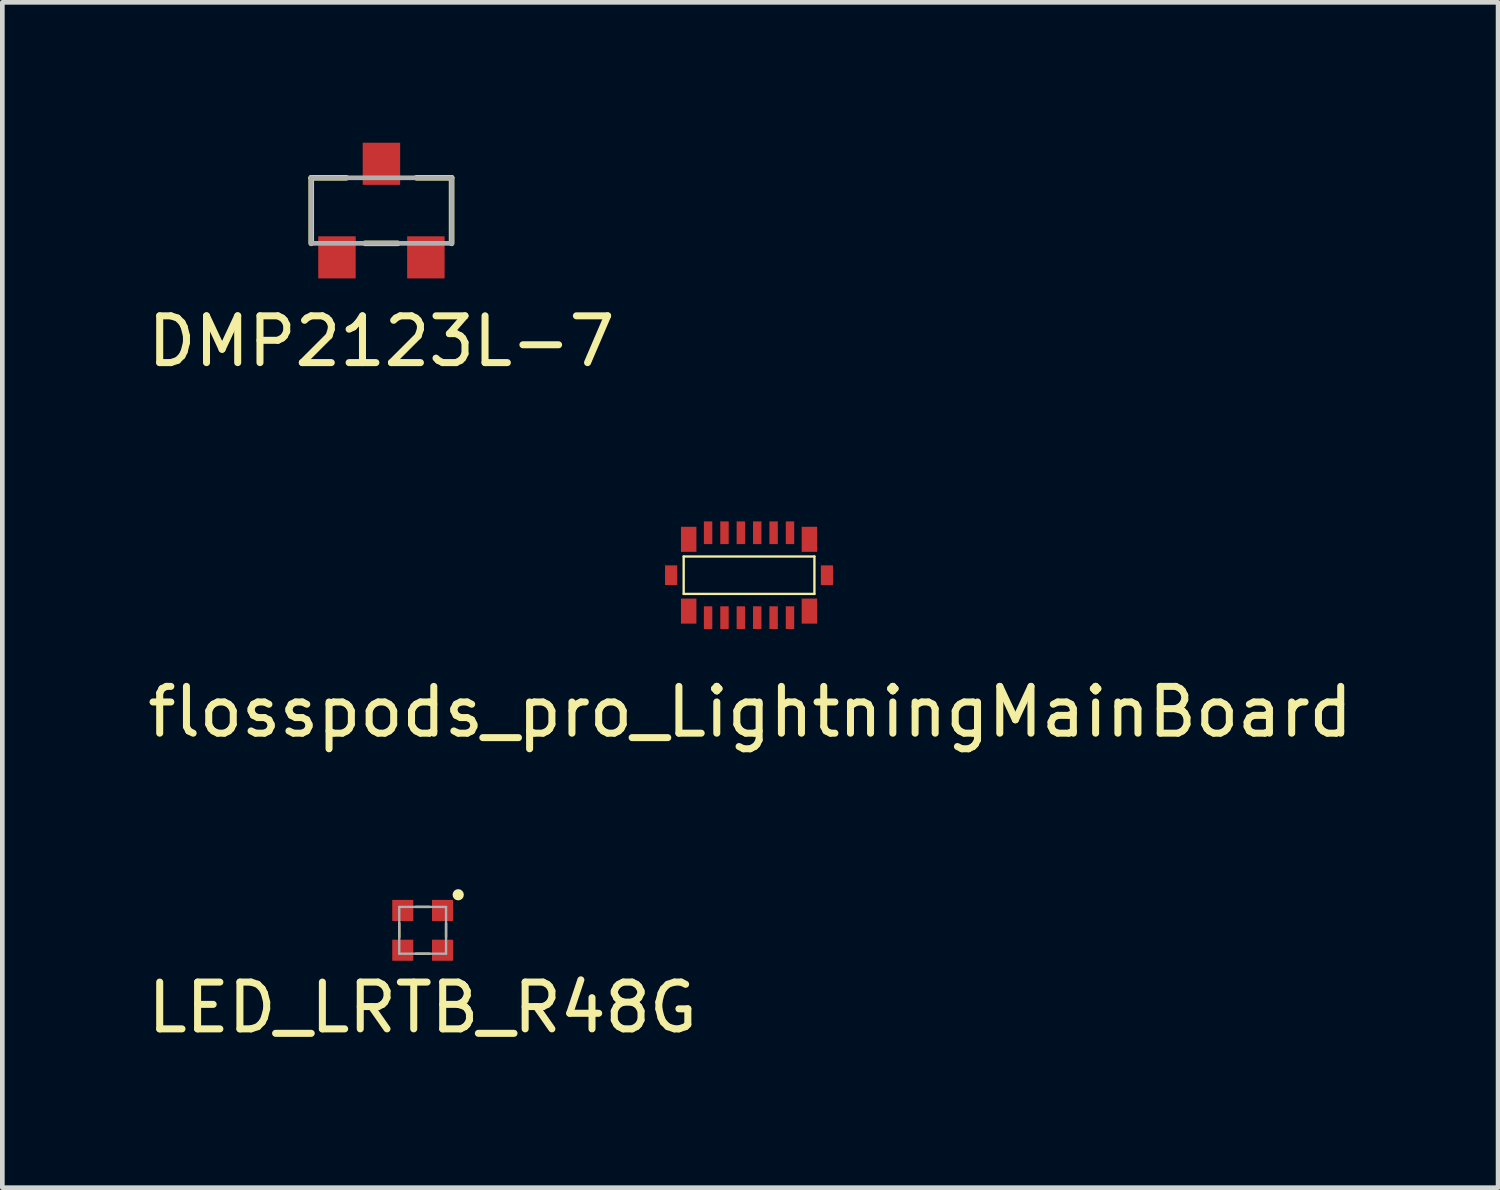
<source format=kicad_pcb>
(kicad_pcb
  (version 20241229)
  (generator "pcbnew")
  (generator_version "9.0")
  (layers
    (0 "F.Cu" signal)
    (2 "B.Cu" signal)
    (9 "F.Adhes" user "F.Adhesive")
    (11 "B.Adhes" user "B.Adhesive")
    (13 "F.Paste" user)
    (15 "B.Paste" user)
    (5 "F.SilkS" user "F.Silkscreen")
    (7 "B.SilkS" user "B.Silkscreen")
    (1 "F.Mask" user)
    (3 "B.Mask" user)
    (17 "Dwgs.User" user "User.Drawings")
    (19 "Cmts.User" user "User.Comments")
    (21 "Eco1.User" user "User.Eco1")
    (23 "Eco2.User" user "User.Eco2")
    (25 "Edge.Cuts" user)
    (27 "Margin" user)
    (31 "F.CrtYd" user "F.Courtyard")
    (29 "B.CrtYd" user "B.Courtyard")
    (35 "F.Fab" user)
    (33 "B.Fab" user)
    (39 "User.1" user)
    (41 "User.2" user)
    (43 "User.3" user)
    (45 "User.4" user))
  (footprint "LED_LRTB_R48G"
    (layer "F.Cu")
    (at 5.982 16.831)
    (property "Reference" "LED_LRTB_R48G" (at 0 1.651 0) (layer "F.SilkS") (effects (font (size 1 1) (thickness 0.15))))
    (attr smd)
    (fp_line (start -0.5 0.15) (end -0.5 -0.15) (stroke (width 0.05) (type solid)) (layer "F.SilkS"))
    (fp_line (start 0.15 -0.5) (end -0.15 -0.5) (stroke (width 0.05) (type solid)) (layer "F.SilkS"))
    (fp_line (start 0.15 0.5) (end -0.15 0.5) (stroke (width 0.05) (type solid)) (layer "F.SilkS"))
    (fp_line (start 0.5 0.15) (end 0.5 -0.15) (stroke (width 0.05) (type solid)) (layer "F.SilkS"))
    (fp_circle (center 0.76 -0.76) (end 0.76 -0.76) (stroke (width 0.12) (type solid)) (fill no) (layer "F.SilkS"))
    (fp_line (start -0.5 -0.5) (end 0.5 -0.5) (stroke (width 0.05) (type solid)) (layer "F.Fab"))
    (fp_line (start -0.5 0.5) (end -0.5 -0.5) (stroke (width 0.05) (type solid)) (layer "F.Fab"))
    (fp_line (start -0.5 0.5) (end 0.5 0.5) (stroke (width 0.05) (type solid)) (layer "F.Fab"))
    (fp_line (start 0.5 0.5) (end 0.5 -0.5) (stroke (width 0.05) (type solid)) (layer "F.Fab"))
    (pad "1" smd rect (at 0.425 -0.425) (size 0.45 0.45) (layers "F.Cu" "F.Mask" "F.Paste"))
    (pad "2" smd rect (at 0.425 0.425) (size 0.45 0.45) (layers "F.Cu" "F.Mask" "F.Paste"))
    (pad "3" smd rect (at -0.425 0.425) (size 0.45 0.45) (layers "F.Cu" "F.Mask" "F.Paste"))
    (pad "4" smd rect (at -0.425 -0.425) (size 0.45 0.45) (layers "F.Cu" "F.Mask" "F.Paste")))
  (footprint "DMP2123L-7"
    (layer "F.Cu")
    (at 5.101 1.45)
    (property "Reference" "DMP2123L-7" (at 0 2.794 0) (layer "F.SilkS") (effects (font (size 1 1) (thickness 0.15))))
    (attr smd)
    (fp_line (start -1.5 -0.7) (end -0.75 -0.7) (stroke (width 0.12) (type solid)) (layer "F.SilkS"))
    (fp_line (start -1.5 0.7) (end -1.5 -0.7) (stroke (width 0.12) (type solid)) (layer "F.SilkS"))
    (fp_line (start -0.35 0.7) (end 0.35 0.7) (stroke (width 0.12) (type solid)) (layer "F.SilkS"))
    (fp_line (start 0.75 -0.7) (end 1.5 -0.7) (stroke (width 0.12) (type solid)) (layer "F.SilkS"))
    (fp_line (start 1.5 0.7) (end 1.5 -0.7) (stroke (width 0.12) (type solid)) (layer "F.SilkS"))
    (fp_line (start -1.5 -0.7) (end 1.5 -0.7) (stroke (width 0.1) (type solid)) (layer "F.Fab"))
    (fp_line (start -1.5 0.7) (end -1.5 -0.7) (stroke (width 0.1) (type solid)) (layer "F.Fab"))
    (fp_line (start -1.5 0.7) (end 1.5 0.7) (stroke (width 0.1) (type solid)) (layer "F.Fab"))
    (fp_line (start 1.5 0.7) (end 1.5 -0.7) (stroke (width 0.1) (type solid)) (layer "F.Fab"))
    (pad "1" smd rect (at -0.95 1) (size 0.8 0.9) (layers "F.Cu" "F.Mask" "F.Paste"))
    (pad "2" smd rect (at 0 -1) (size 0.8 0.9) (layers "F.Cu" "F.Mask" "F.Paste"))
    (pad "3" smd rect (at 0.95 1) (size 0.8 0.9) (layers "F.Cu" "F.Mask" "F.Paste")))
  (footprint "flosspods_pro_LightningMainBoard"
    (layer "F.Cu")
    (at 12.957 9.242)
    (property "Reference" "flosspods_pro_LightningMainBoard" (at 0.025 2.921 0) (layer "F.SilkS") (effects (font (size 1 1) (thickness 0.15))))
    (attr smd)
    (fp_line (start -1.397 0.4) (end -1.397 -0.4) (stroke (width 0.05) (type solid)) (layer "F.SilkS"))
    (fp_line (start 1.397 -0.4) (end -1.397 -0.4) (stroke (width 0.05) (type solid)) (layer "F.SilkS"))
    (fp_line (start 1.397 0.4) (end -1.397 0.4) (stroke (width 0.05) (type solid)) (layer "F.SilkS"))
    (fp_line (start 1.397 0.4) (end 1.397 -0.4) (stroke (width 0.05) (type solid)) (layer "F.SilkS"))
    (pad "1" smd rect (at -1.29 0.767) (size 0.33 0.535) (layers "F.Cu" "F.Mask" "F.Paste"))
    (pad "2" smd rect (at -0.875 0.907) (size 0.18 0.485) (layers "F.Cu" "F.Mask" "F.Paste"))
    (pad "3" smd rect (at -0.525 0.907) (size 0.18 0.485) (layers "F.Cu" "F.Mask" "F.Paste"))
    (pad "4" smd rect (at -0.175 0.907) (size 0.18 0.485) (layers "F.Cu" "F.Mask" "F.Paste"))
    (pad "5" smd rect (at 0.175 0.907) (size 0.18 0.485) (layers "F.Cu" "F.Mask" "F.Paste"))
    (pad "6" smd rect (at 0.525 0.907) (size 0.18 0.485) (layers "F.Cu" "F.Mask" "F.Paste"))
    (pad "7" smd rect (at 0.875 0.907) (size 0.18 0.485) (layers "F.Cu" "F.Mask" "F.Paste"))
    (pad "8" smd rect (at 1.29 0.767) (size 0.33 0.535) (layers "F.Cu" "F.Mask" "F.Paste"))
    (pad "9" smd rect (at 1.29 -0.767) (size 0.33 0.535) (layers "F.Cu" "F.Mask" "F.Paste"))
    (pad "10" smd rect (at 0.875 -0.907) (size 0.18 0.485) (layers "F.Cu" "F.Mask" "F.Paste"))
    (pad "11" smd rect (at 0.525 -0.907) (size 0.18 0.485) (layers "F.Cu" "F.Mask" "F.Paste"))
    (pad "12" smd rect (at 0.175 -0.907) (size 0.18 0.485) (layers "F.Cu" "F.Mask" "F.Paste"))
    (pad "13" smd rect (at -0.175 -0.907) (size 0.18 0.485) (layers "F.Cu" "F.Mask" "F.Paste"))
    (pad "14" smd rect (at -0.525 -0.907) (size 0.18 0.485) (layers "F.Cu" "F.Mask" "F.Paste"))
    (pad "15" smd rect (at -0.875 -0.907) (size 0.18 0.485) (layers "F.Cu" "F.Mask" "F.Paste"))
    (pad "16" smd rect (at -1.29 -0.767) (size 0.33 0.535) (layers "F.Cu" "F.Mask" "F.Paste"))
    (pad "17" smd rect (at -1.665 0) (size 0.26 0.42) (layers "F.Cu" "F.Mask" "F.Paste"))
    (pad "18" smd rect (at 1.665 0) (size 0.26 0.42) (layers "F.Cu" "F.Mask" "F.Paste")))
  (gr_rect
    (start -3 -3)
    (end 28.964 22.33)
    (stroke (width 0.1) (type default))
    (fill no)
    (layer "Edge.Cuts")))
</source>
